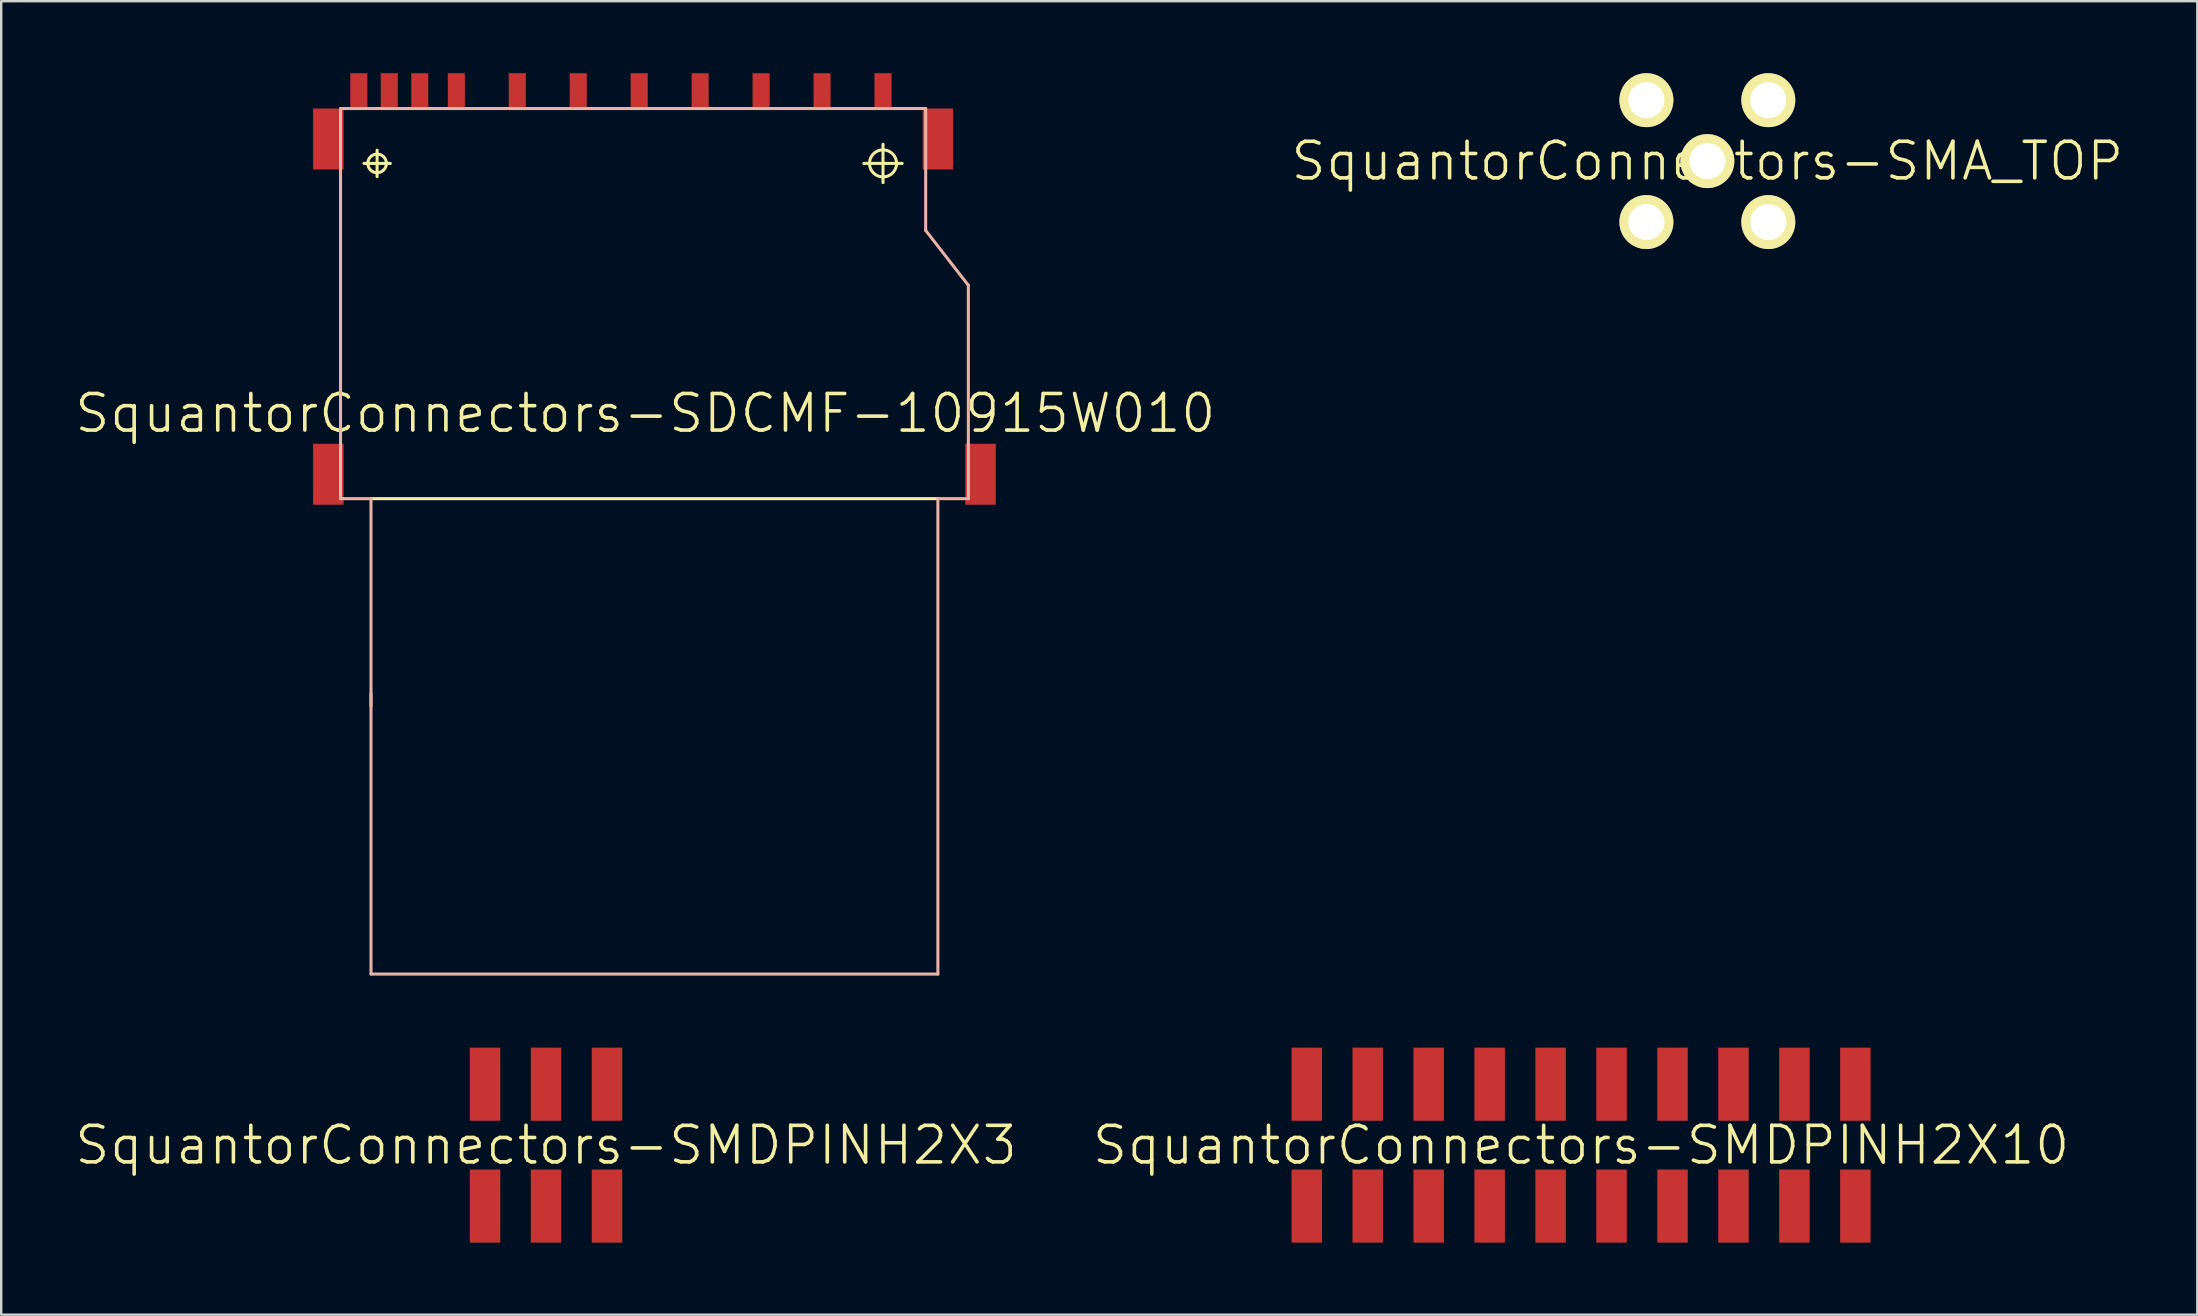
<source format=kicad_pcb>
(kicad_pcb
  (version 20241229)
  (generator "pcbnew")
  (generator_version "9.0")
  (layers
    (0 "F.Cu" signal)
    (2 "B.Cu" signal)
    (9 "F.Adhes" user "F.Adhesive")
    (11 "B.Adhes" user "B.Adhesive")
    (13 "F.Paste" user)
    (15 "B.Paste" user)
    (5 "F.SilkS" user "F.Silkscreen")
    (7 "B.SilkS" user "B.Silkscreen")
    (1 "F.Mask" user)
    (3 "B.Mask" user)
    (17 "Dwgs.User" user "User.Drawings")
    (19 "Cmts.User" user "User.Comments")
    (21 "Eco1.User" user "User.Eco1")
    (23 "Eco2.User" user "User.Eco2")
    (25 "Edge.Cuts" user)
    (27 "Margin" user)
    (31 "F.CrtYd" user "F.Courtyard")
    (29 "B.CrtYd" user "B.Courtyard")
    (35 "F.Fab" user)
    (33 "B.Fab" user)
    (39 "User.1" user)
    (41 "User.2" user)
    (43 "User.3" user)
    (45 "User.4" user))
  (footprint "SquantorConnectors-SMDPINH2X3"
    (layer "F.Cu")
    (at 19.703 44.669)
    (property "Reference" "SquantorConnectors-SMDPINH2X3" (at 0 0 0) (layer "F.SilkS") (effects (font (size 1.524 1.524) (thickness 0.15))))
    (attr smd)
    (pad "P$1" smd rect (at -2.54 2.54 90) (size 3.048 1.27) (layers "F.Cu" "F.Mask" "F.Paste"))
    (pad "P$2" smd rect (at -2.54 -2.54 90) (size 3.048 1.27) (layers "F.Cu" "F.Mask" "F.Paste"))
    (pad "P$3" smd rect (at 0 2.54 90) (size 3.048 1.27) (layers "F.Cu" "F.Mask" "F.Paste"))
    (pad "P$4" smd rect (at 0 -2.54 90) (size 3.048 1.27) (layers "F.Cu" "F.Mask" "F.Paste"))
    (pad "P$5" smd rect (at 2.54 2.54 90) (size 3.048 1.27) (layers "F.Cu" "F.Mask" "F.Paste"))
    (pad "P$6" smd rect (at 2.54 -2.54 90) (size 3.048 1.27) (layers "F.Cu" "F.Mask" "F.Paste")))
  (footprint "SquantorConnectors-SDCMF-10915W010"
    (layer "F.Cu")
    (at 23.84 14.173)
    (property "Reference" "SquantorConnectors-SDCMF-10915W010" (at 0 0 0) (layer "F.SilkS") (effects (font (size 1.524 1.524) (thickness 0.15))))
    (attr smd)
    (fp_line (start -11.725 -10.414) (end -10.625 -10.414) (stroke (width 0.127) (type solid)) (layer "F.SilkS"))
    (fp_line (start -11.43 3.556) (end 12.192 3.556) (stroke (width 0.127) (type solid)) (layer "F.SilkS"))
    (fp_line (start -11.176 -9.863) (end -11.176 -10.963) (stroke (width 0.127) (type solid)) (layer "F.SilkS"))
    (fp_line (start 9.106 -10.414) (end 10.704 -10.414) (stroke (width 0.127) (type solid)) (layer "F.SilkS"))
    (fp_line (start 9.906 -9.614) (end 9.906 -11.212) (stroke (width 0.127) (type solid)) (layer "F.SilkS"))
    (fp_circle (center -11.176 -10.414) (end -11.45 -10.688) (stroke (width 0.127) (type solid)) (fill no) (layer "F.SilkS"))
    (fp_circle (center 9.906 -10.414) (end 10.305 -10.813) (stroke (width 0.127) (type solid)) (fill no) (layer "F.SilkS"))
    (fp_line (start -12.7 -12.7) (end -12.7 3.556) (stroke (width 0.127) (type solid)) (layer "B.SilkS"))
    (fp_line (start -12.7 -12.7) (end 11.684 -12.7) (stroke (width 0.127) (type solid)) (layer "B.SilkS"))
    (fp_line (start -12.7 3.556) (end -11.43 3.556) (stroke (width 0.127) (type solid)) (layer "B.SilkS"))
    (fp_line (start -11.43 3.556) (end -11.43 23.368) (stroke (width 0.127) (type solid)) (layer "B.SilkS"))
    (fp_line (start -11.43 12.192) (end -11.43 11.684) (stroke (width 0.127) (type solid)) (layer "B.SilkS"))
    (fp_line (start -11.43 23.368) (end 12.192 23.368) (stroke (width 0.127) (type solid)) (layer "B.SilkS"))
    (fp_line (start 11.684 -12.7) (end 11.684 -7.62) (stroke (width 0.127) (type solid)) (layer "B.SilkS"))
    (fp_line (start 11.684 -7.62) (end 13.462 -5.334) (stroke (width 0.127) (type solid)) (layer "B.SilkS"))
    (fp_line (start 12.192 3.556) (end 13.462 3.556) (stroke (width 0.127) (type solid)) (layer "B.SilkS"))
    (fp_line (start 12.192 23.368) (end 12.192 3.556) (stroke (width 0.127) (type solid)) (layer "B.SilkS"))
    (fp_line (start 13.462 3.556) (end 13.462 -5.334) (stroke (width 0.127) (type solid)) (layer "B.SilkS"))
    (pad "1" smd rect (at 7.366 -13.462 90) (size 1.422 0.711) (layers "F.Cu" "F.Mask" "F.Paste"))
    (pad "2" smd rect (at 4.826 -13.462 90) (size 1.422 0.711) (layers "F.Cu" "F.Mask" "F.Paste"))
    (pad "3" smd rect (at 2.286 -13.462 90) (size 1.422 0.711) (layers "F.Cu" "F.Mask" "F.Paste"))
    (pad "4" smd rect (at -0.254 -13.462 90) (size 1.422 0.711) (layers "F.Cu" "F.Mask" "F.Paste"))
    (pad "5" smd rect (at -2.794 -13.462 90) (size 1.422 0.711) (layers "F.Cu" "F.Mask" "F.Paste"))
    (pad "6" smd rect (at -5.334 -13.462 90) (size 1.422 0.711) (layers "F.Cu" "F.Mask" "F.Paste"))
    (pad "7" smd rect (at -7.874 -13.462 90) (size 1.422 0.711) (layers "F.Cu" "F.Mask" "F.Paste"))
    (pad "8" smd rect (at -9.398 -13.462 90) (size 1.422 0.711) (layers "F.Cu" "F.Mask" "F.Paste"))
    (pad "9" smd rect (at 9.906 -13.462 90) (size 1.422 0.711) (layers "F.Cu" "F.Mask" "F.Paste"))
    (pad "10" smd rect (at -11.938 -13.462 90) (size 1.422 0.711) (layers "F.Cu" "F.Mask" "F.Paste"))
    (pad "11" smd rect (at -10.668 -13.462 90) (size 1.422 0.711) (layers "F.Cu" "F.Mask" "F.Paste"))
    (pad "12" smd rect (at 12.192 -11.43 90) (size 2.54 1.27) (layers "F.Cu" "F.Mask" "F.Paste"))
    (pad "13" smd rect (at 13.97 2.54 90) (size 2.54 1.27) (layers "F.Cu" "F.Mask" "F.Paste"))
    (pad "14" smd rect (at -13.208 2.54 90) (size 2.54 1.27) (layers "F.Cu" "F.Mask" "F.Paste"))
    (pad "15" smd rect (at -13.208 -11.43 90) (size 2.54 1.27) (layers "F.Cu" "F.Mask" "F.Paste")))
  (footprint "SquantorConnectors-SMDPINH2X10"
    (layer "F.Cu")
    (at 62.835 44.669)
    (property "Reference" "SquantorConnectors-SMDPINH2X10" (at 0 0 0) (layer "F.SilkS") (effects (font (size 1.524 1.524) (thickness 0.15))))
    (attr smd)
    (pad "P$1" smd rect (at -11.43 2.54 90) (size 3.048 1.27) (layers "F.Cu" "F.Mask" "F.Paste"))
    (pad "P$2" smd rect (at -11.43 -2.54 90) (size 3.048 1.27) (layers "F.Cu" "F.Mask" "F.Paste"))
    (pad "P$3" smd rect (at -8.89 2.54 90) (size 3.048 1.27) (layers "F.Cu" "F.Mask" "F.Paste"))
    (pad "P$4" smd rect (at -8.89 -2.54 90) (size 3.048 1.27) (layers "F.Cu" "F.Mask" "F.Paste"))
    (pad "P$5" smd rect (at -6.35 2.54 90) (size 3.048 1.27) (layers "F.Cu" "F.Mask" "F.Paste"))
    (pad "P$6" smd rect (at -6.35 -2.54 90) (size 3.048 1.27) (layers "F.Cu" "F.Mask" "F.Paste"))
    (pad "P$7" smd rect (at -3.81 2.54 90) (size 3.048 1.27) (layers "F.Cu" "F.Mask" "F.Paste"))
    (pad "P$8" smd rect (at -3.81 -2.54 90) (size 3.048 1.27) (layers "F.Cu" "F.Mask" "F.Paste"))
    (pad "P$9" smd rect (at -1.27 2.54 90) (size 3.048 1.27) (layers "F.Cu" "F.Mask" "F.Paste"))
    (pad "P$10" smd rect (at -1.27 -2.54 90) (size 3.048 1.27) (layers "F.Cu" "F.Mask" "F.Paste"))
    (pad "P$11" smd rect (at 1.27 2.54 90) (size 3.048 1.27) (layers "F.Cu" "F.Mask" "F.Paste"))
    (pad "P$12" smd rect (at 1.27 -2.54 90) (size 3.048 1.27) (layers "F.Cu" "F.Mask" "F.Paste"))
    (pad "P$13" smd rect (at 3.81 2.54 90) (size 3.048 1.27) (layers "F.Cu" "F.Mask" "F.Paste"))
    (pad "P$14" smd rect (at 3.81 -2.54 90) (size 3.048 1.27) (layers "F.Cu" "F.Mask" "F.Paste"))
    (pad "P$15" smd rect (at 6.35 2.54 90) (size 3.048 1.27) (layers "F.Cu" "F.Mask" "F.Paste"))
    (pad "P$16" smd rect (at 6.35 -2.54 90) (size 3.048 1.27) (layers "F.Cu" "F.Mask" "F.Paste"))
    (pad "P$17" smd rect (at 8.89 2.54 90) (size 3.048 1.27) (layers "F.Cu" "F.Mask" "F.Paste"))
    (pad "P$18" smd rect (at 8.89 -2.54 90) (size 3.048 1.27) (layers "F.Cu" "F.Mask" "F.Paste"))
    (pad "P$19" smd rect (at 11.43 2.54 90) (size 3.048 1.27) (layers "F.Cu" "F.Mask" "F.Paste"))
    (pad "P$20" smd rect (at 11.43 -2.54 90) (size 3.048 1.27) (layers "F.Cu" "F.Mask" "F.Paste")))
  (footprint "SquantorConnectors-SMA_TOP"
    (layer "F.Cu")
    (at 68.097 3.664)
    (property "Reference" "SquantorConnectors-SMA_TOP" (at 0 0 0) (layer "F.SilkS") (effects (font (size 1.524 1.524) (thickness 0.15))))
    (attr exclude_from_pos_files exclude_from_bom)
    (pad "GND@" thru_hole circle (at -2.54 -2.54) (size 2.248 2.248) (drill 1.499) (layers "*.Cu" "F.Mask" "F.SilkS" "F.Paste"))
    (pad "GND@" thru_hole circle (at -2.54 2.54) (size 2.248 2.248) (drill 1.499) (layers "*.Cu" "F.Mask" "F.SilkS" "F.Paste"))
    (pad "GND@" thru_hole circle (at 2.54 -2.54) (size 2.248 2.248) (drill 1.499) (layers "*.Cu" "F.Mask" "F.SilkS" "F.Paste"))
    (pad "GND@" thru_hole circle (at 2.54 2.54) (size 2.248 2.248) (drill 1.499) (layers "*.Cu" "F.Mask" "F.SilkS" "F.Paste"))
    (pad "SIG" thru_hole circle (at 0 0) (size 2.248 2.248) (drill 1.499) (layers "*.Cu" "F.Mask" "F.SilkS" "F.Paste")))
  (gr_rect
    (start -3 -3)
    (end 88.514 51.733)
    (stroke (width 0.1) (type default))
    (fill no)
    (layer "Edge.Cuts")))
</source>
